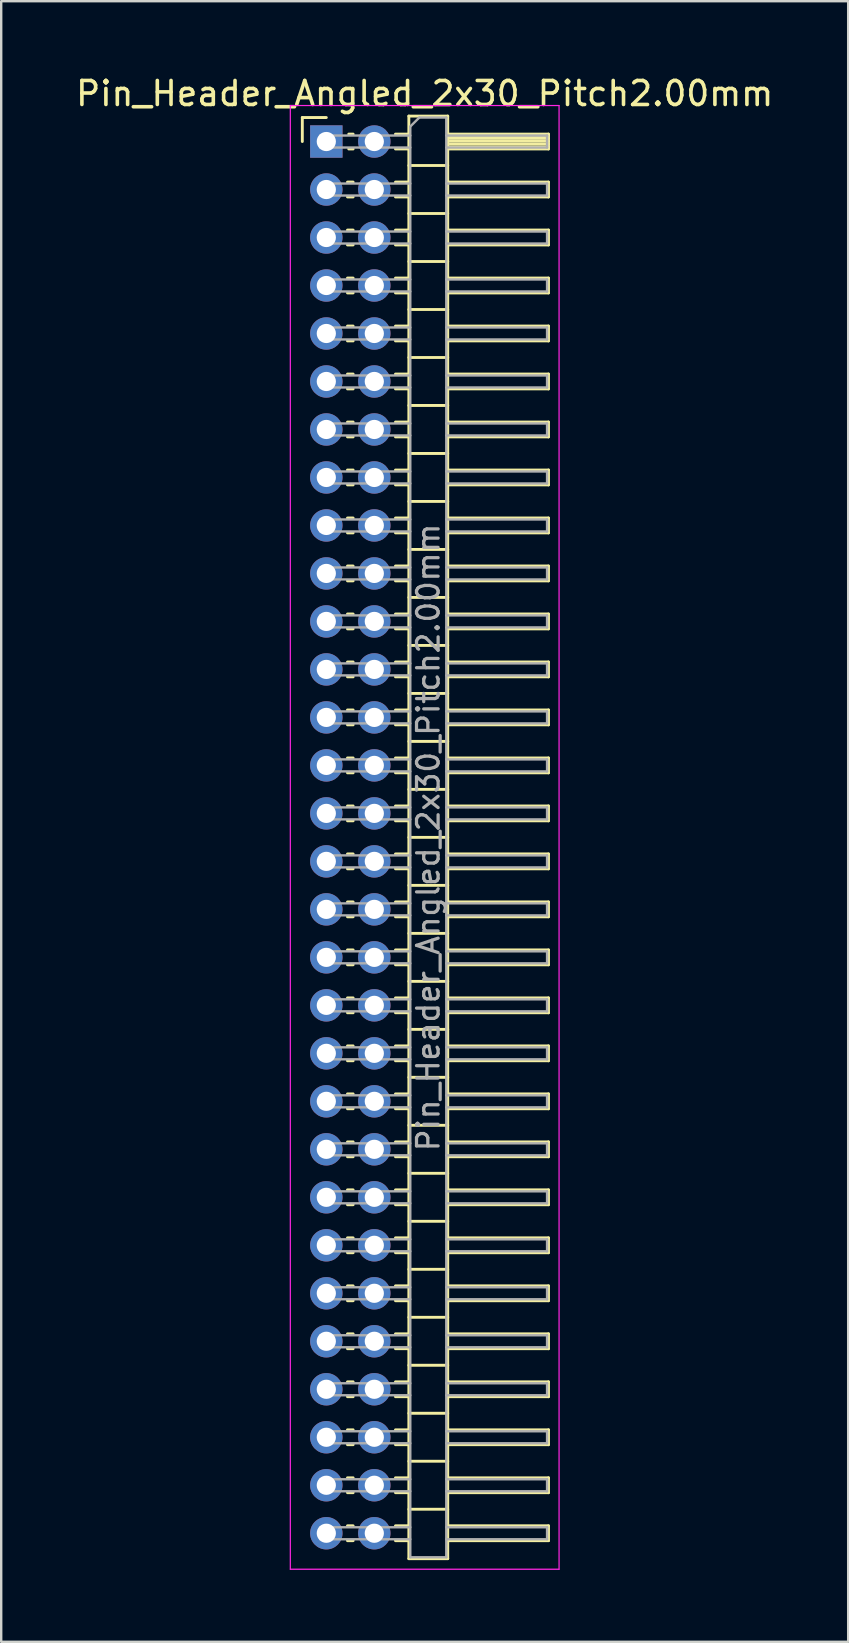
<source format=kicad_pcb>
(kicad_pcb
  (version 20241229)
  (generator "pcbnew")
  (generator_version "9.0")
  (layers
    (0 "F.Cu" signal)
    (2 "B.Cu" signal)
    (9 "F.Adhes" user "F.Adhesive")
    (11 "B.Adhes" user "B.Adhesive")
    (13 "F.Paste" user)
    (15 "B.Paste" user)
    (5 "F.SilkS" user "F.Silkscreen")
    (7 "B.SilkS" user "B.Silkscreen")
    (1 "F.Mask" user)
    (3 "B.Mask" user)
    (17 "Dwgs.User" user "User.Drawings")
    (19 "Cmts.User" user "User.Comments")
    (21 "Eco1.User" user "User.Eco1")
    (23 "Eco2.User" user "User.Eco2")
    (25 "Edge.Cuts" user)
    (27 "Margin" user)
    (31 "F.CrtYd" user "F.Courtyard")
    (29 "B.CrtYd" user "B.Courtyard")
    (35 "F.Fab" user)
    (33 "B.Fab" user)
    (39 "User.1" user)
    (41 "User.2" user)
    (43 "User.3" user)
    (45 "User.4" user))
  (footprint "Pin_Header_Angled_2x30_Pitch2.00mm"
    (layer "F.Cu")
    (at 10.549 2.848)
    (property "Reference" "Pin_Header_Angled_2x30_Pitch2.00mm" (at 4.1 -2 0) (layer "F.SilkS") (effects (font (size 1 1) (thickness 0.15))))
    (attr through_hole)
    (fp_line (start -1 -1) (end 0 -1) (stroke (width 0.12) (type solid)) (layer "F.SilkS"))
    (fp_line (start -1 0) (end -1 -1) (stroke (width 0.12) (type solid)) (layer "F.SilkS"))
    (fp_line (start 0.882 1.69) (end 1.118 1.69) (stroke (width 0.12) (type solid)) (layer "F.SilkS"))
    (fp_line (start 0.882 2.31) (end 1.118 2.31) (stroke (width 0.12) (type solid)) (layer "F.SilkS"))
    (fp_line (start 0.882 3.69) (end 1.118 3.69) (stroke (width 0.12) (type solid)) (layer "F.SilkS"))
    (fp_line (start 0.882 4.31) (end 1.118 4.31) (stroke (width 0.12) (type solid)) (layer "F.SilkS"))
    (fp_line (start 0.882 5.69) (end 1.118 5.69) (stroke (width 0.12) (type solid)) (layer "F.SilkS"))
    (fp_line (start 0.882 6.31) (end 1.118 6.31) (stroke (width 0.12) (type solid)) (layer "F.SilkS"))
    (fp_line (start 0.882 7.69) (end 1.118 7.69) (stroke (width 0.12) (type solid)) (layer "F.SilkS"))
    (fp_line (start 0.882 8.31) (end 1.118 8.31) (stroke (width 0.12) (type solid)) (layer "F.SilkS"))
    (fp_line (start 0.882 9.69) (end 1.118 9.69) (stroke (width 0.12) (type solid)) (layer "F.SilkS"))
    (fp_line (start 0.882 10.31) (end 1.118 10.31) (stroke (width 0.12) (type solid)) (layer "F.SilkS"))
    (fp_line (start 0.882 11.69) (end 1.118 11.69) (stroke (width 0.12) (type solid)) (layer "F.SilkS"))
    (fp_line (start 0.882 12.31) (end 1.118 12.31) (stroke (width 0.12) (type solid)) (layer "F.SilkS"))
    (fp_line (start 0.882 13.69) (end 1.118 13.69) (stroke (width 0.12) (type solid)) (layer "F.SilkS"))
    (fp_line (start 0.882 14.31) (end 1.118 14.31) (stroke (width 0.12) (type solid)) (layer "F.SilkS"))
    (fp_line (start 0.882 15.69) (end 1.118 15.69) (stroke (width 0.12) (type solid)) (layer "F.SilkS"))
    (fp_line (start 0.882 16.31) (end 1.118 16.31) (stroke (width 0.12) (type solid)) (layer "F.SilkS"))
    (fp_line (start 0.882 17.69) (end 1.118 17.69) (stroke (width 0.12) (type solid)) (layer "F.SilkS"))
    (fp_line (start 0.882 18.31) (end 1.118 18.31) (stroke (width 0.12) (type solid)) (layer "F.SilkS"))
    (fp_line (start 0.882 19.69) (end 1.118 19.69) (stroke (width 0.12) (type solid)) (layer "F.SilkS"))
    (fp_line (start 0.882 20.31) (end 1.118 20.31) (stroke (width 0.12) (type solid)) (layer "F.SilkS"))
    (fp_line (start 0.882 21.69) (end 1.118 21.69) (stroke (width 0.12) (type solid)) (layer "F.SilkS"))
    (fp_line (start 0.882 22.31) (end 1.118 22.31) (stroke (width 0.12) (type solid)) (layer "F.SilkS"))
    (fp_line (start 0.882 23.69) (end 1.118 23.69) (stroke (width 0.12) (type solid)) (layer "F.SilkS"))
    (fp_line (start 0.882 24.31) (end 1.118 24.31) (stroke (width 0.12) (type solid)) (layer "F.SilkS"))
    (fp_line (start 0.882 25.69) (end 1.118 25.69) (stroke (width 0.12) (type solid)) (layer "F.SilkS"))
    (fp_line (start 0.882 26.31) (end 1.118 26.31) (stroke (width 0.12) (type solid)) (layer "F.SilkS"))
    (fp_line (start 0.882 27.69) (end 1.118 27.69) (stroke (width 0.12) (type solid)) (layer "F.SilkS"))
    (fp_line (start 0.882 28.31) (end 1.118 28.31) (stroke (width 0.12) (type solid)) (layer "F.SilkS"))
    (fp_line (start 0.882 29.69) (end 1.118 29.69) (stroke (width 0.12) (type solid)) (layer "F.SilkS"))
    (fp_line (start 0.882 30.31) (end 1.118 30.31) (stroke (width 0.12) (type solid)) (layer "F.SilkS"))
    (fp_line (start 0.882 31.69) (end 1.118 31.69) (stroke (width 0.12) (type solid)) (layer "F.SilkS"))
    (fp_line (start 0.882 32.31) (end 1.118 32.31) (stroke (width 0.12) (type solid)) (layer "F.SilkS"))
    (fp_line (start 0.882 33.69) (end 1.118 33.69) (stroke (width 0.12) (type solid)) (layer "F.SilkS"))
    (fp_line (start 0.882 34.31) (end 1.118 34.31) (stroke (width 0.12) (type solid)) (layer "F.SilkS"))
    (fp_line (start 0.882 35.69) (end 1.118 35.69) (stroke (width 0.12) (type solid)) (layer "F.SilkS"))
    (fp_line (start 0.882 36.31) (end 1.118 36.31) (stroke (width 0.12) (type solid)) (layer "F.SilkS"))
    (fp_line (start 0.882 37.69) (end 1.118 37.69) (stroke (width 0.12) (type solid)) (layer "F.SilkS"))
    (fp_line (start 0.882 38.31) (end 1.118 38.31) (stroke (width 0.12) (type solid)) (layer "F.SilkS"))
    (fp_line (start 0.882 39.69) (end 1.118 39.69) (stroke (width 0.12) (type solid)) (layer "F.SilkS"))
    (fp_line (start 0.882 40.31) (end 1.118 40.31) (stroke (width 0.12) (type solid)) (layer "F.SilkS"))
    (fp_line (start 0.882 41.69) (end 1.118 41.69) (stroke (width 0.12) (type solid)) (layer "F.SilkS"))
    (fp_line (start 0.882 42.31) (end 1.118 42.31) (stroke (width 0.12) (type solid)) (layer "F.SilkS"))
    (fp_line (start 0.882 43.69) (end 1.118 43.69) (stroke (width 0.12) (type solid)) (layer "F.SilkS"))
    (fp_line (start 0.882 44.31) (end 1.118 44.31) (stroke (width 0.12) (type solid)) (layer "F.SilkS"))
    (fp_line (start 0.882 45.69) (end 1.118 45.69) (stroke (width 0.12) (type solid)) (layer "F.SilkS"))
    (fp_line (start 0.882 46.31) (end 1.118 46.31) (stroke (width 0.12) (type solid)) (layer "F.SilkS"))
    (fp_line (start 0.882 47.69) (end 1.118 47.69) (stroke (width 0.12) (type solid)) (layer "F.SilkS"))
    (fp_line (start 0.882 48.31) (end 1.118 48.31) (stroke (width 0.12) (type solid)) (layer "F.SilkS"))
    (fp_line (start 0.882 49.69) (end 1.118 49.69) (stroke (width 0.12) (type solid)) (layer "F.SilkS"))
    (fp_line (start 0.882 50.31) (end 1.118 50.31) (stroke (width 0.12) (type solid)) (layer "F.SilkS"))
    (fp_line (start 0.882 51.69) (end 1.118 51.69) (stroke (width 0.12) (type solid)) (layer "F.SilkS"))
    (fp_line (start 0.882 52.31) (end 1.118 52.31) (stroke (width 0.12) (type solid)) (layer "F.SilkS"))
    (fp_line (start 0.882 53.69) (end 1.118 53.69) (stroke (width 0.12) (type solid)) (layer "F.SilkS"))
    (fp_line (start 0.882 54.31) (end 1.118 54.31) (stroke (width 0.12) (type solid)) (layer "F.SilkS"))
    (fp_line (start 0.882 55.69) (end 1.118 55.69) (stroke (width 0.12) (type solid)) (layer "F.SilkS"))
    (fp_line (start 0.882 56.31) (end 1.118 56.31) (stroke (width 0.12) (type solid)) (layer "F.SilkS"))
    (fp_line (start 0.882 57.69) (end 1.118 57.69) (stroke (width 0.12) (type solid)) (layer "F.SilkS"))
    (fp_line (start 0.882 58.31) (end 1.118 58.31) (stroke (width 0.12) (type solid)) (layer "F.SilkS"))
    (fp_line (start 0.935 -0.31) (end 1.118 -0.31) (stroke (width 0.12) (type solid)) (layer "F.SilkS"))
    (fp_line (start 0.935 0.31) (end 1.118 0.31) (stroke (width 0.12) (type solid)) (layer "F.SilkS"))
    (fp_line (start 2.882 -0.31) (end 3.44 -0.31) (stroke (width 0.12) (type solid)) (layer "F.SilkS"))
    (fp_line (start 2.882 0.31) (end 3.44 0.31) (stroke (width 0.12) (type solid)) (layer "F.SilkS"))
    (fp_line (start 2.882 1.69) (end 3.44 1.69) (stroke (width 0.12) (type solid)) (layer "F.SilkS"))
    (fp_line (start 2.882 2.31) (end 3.44 2.31) (stroke (width 0.12) (type solid)) (layer "F.SilkS"))
    (fp_line (start 2.882 3.69) (end 3.44 3.69) (stroke (width 0.12) (type solid)) (layer "F.SilkS"))
    (fp_line (start 2.882 4.31) (end 3.44 4.31) (stroke (width 0.12) (type solid)) (layer "F.SilkS"))
    (fp_line (start 2.882 5.69) (end 3.44 5.69) (stroke (width 0.12) (type solid)) (layer "F.SilkS"))
    (fp_line (start 2.882 6.31) (end 3.44 6.31) (stroke (width 0.12) (type solid)) (layer "F.SilkS"))
    (fp_line (start 2.882 7.69) (end 3.44 7.69) (stroke (width 0.12) (type solid)) (layer "F.SilkS"))
    (fp_line (start 2.882 8.31) (end 3.44 8.31) (stroke (width 0.12) (type solid)) (layer "F.SilkS"))
    (fp_line (start 2.882 9.69) (end 3.44 9.69) (stroke (width 0.12) (type solid)) (layer "F.SilkS"))
    (fp_line (start 2.882 10.31) (end 3.44 10.31) (stroke (width 0.12) (type solid)) (layer "F.SilkS"))
    (fp_line (start 2.882 11.69) (end 3.44 11.69) (stroke (width 0.12) (type solid)) (layer "F.SilkS"))
    (fp_line (start 2.882 12.31) (end 3.44 12.31) (stroke (width 0.12) (type solid)) (layer "F.SilkS"))
    (fp_line (start 2.882 13.69) (end 3.44 13.69) (stroke (width 0.12) (type solid)) (layer "F.SilkS"))
    (fp_line (start 2.882 14.31) (end 3.44 14.31) (stroke (width 0.12) (type solid)) (layer "F.SilkS"))
    (fp_line (start 2.882 15.69) (end 3.44 15.69) (stroke (width 0.12) (type solid)) (layer "F.SilkS"))
    (fp_line (start 2.882 16.31) (end 3.44 16.31) (stroke (width 0.12) (type solid)) (layer "F.SilkS"))
    (fp_line (start 2.882 17.69) (end 3.44 17.69) (stroke (width 0.12) (type solid)) (layer "F.SilkS"))
    (fp_line (start 2.882 18.31) (end 3.44 18.31) (stroke (width 0.12) (type solid)) (layer "F.SilkS"))
    (fp_line (start 2.882 19.69) (end 3.44 19.69) (stroke (width 0.12) (type solid)) (layer "F.SilkS"))
    (fp_line (start 2.882 20.31) (end 3.44 20.31) (stroke (width 0.12) (type solid)) (layer "F.SilkS"))
    (fp_line (start 2.882 21.69) (end 3.44 21.69) (stroke (width 0.12) (type solid)) (layer "F.SilkS"))
    (fp_line (start 2.882 22.31) (end 3.44 22.31) (stroke (width 0.12) (type solid)) (layer "F.SilkS"))
    (fp_line (start 2.882 23.69) (end 3.44 23.69) (stroke (width 0.12) (type solid)) (layer "F.SilkS"))
    (fp_line (start 2.882 24.31) (end 3.44 24.31) (stroke (width 0.12) (type solid)) (layer "F.SilkS"))
    (fp_line (start 2.882 25.69) (end 3.44 25.69) (stroke (width 0.12) (type solid)) (layer "F.SilkS"))
    (fp_line (start 2.882 26.31) (end 3.44 26.31) (stroke (width 0.12) (type solid)) (layer "F.SilkS"))
    (fp_line (start 2.882 27.69) (end 3.44 27.69) (stroke (width 0.12) (type solid)) (layer "F.SilkS"))
    (fp_line (start 2.882 28.31) (end 3.44 28.31) (stroke (width 0.12) (type solid)) (layer "F.SilkS"))
    (fp_line (start 2.882 29.69) (end 3.44 29.69) (stroke (width 0.12) (type solid)) (layer "F.SilkS"))
    (fp_line (start 2.882 30.31) (end 3.44 30.31) (stroke (width 0.12) (type solid)) (layer "F.SilkS"))
    (fp_line (start 2.882 31.69) (end 3.44 31.69) (stroke (width 0.12) (type solid)) (layer "F.SilkS"))
    (fp_line (start 2.882 32.31) (end 3.44 32.31) (stroke (width 0.12) (type solid)) (layer "F.SilkS"))
    (fp_line (start 2.882 33.69) (end 3.44 33.69) (stroke (width 0.12) (type solid)) (layer "F.SilkS"))
    (fp_line (start 2.882 34.31) (end 3.44 34.31) (stroke (width 0.12) (type solid)) (layer "F.SilkS"))
    (fp_line (start 2.882 35.69) (end 3.44 35.69) (stroke (width 0.12) (type solid)) (layer "F.SilkS"))
    (fp_line (start 2.882 36.31) (end 3.44 36.31) (stroke (width 0.12) (type solid)) (layer "F.SilkS"))
    (fp_line (start 2.882 37.69) (end 3.44 37.69) (stroke (width 0.12) (type solid)) (layer "F.SilkS"))
    (fp_line (start 2.882 38.31) (end 3.44 38.31) (stroke (width 0.12) (type solid)) (layer "F.SilkS"))
    (fp_line (start 2.882 39.69) (end 3.44 39.69) (stroke (width 0.12) (type solid)) (layer "F.SilkS"))
    (fp_line (start 2.882 40.31) (end 3.44 40.31) (stroke (width 0.12) (type solid)) (layer "F.SilkS"))
    (fp_line (start 2.882 41.69) (end 3.44 41.69) (stroke (width 0.12) (type solid)) (layer "F.SilkS"))
    (fp_line (start 2.882 42.31) (end 3.44 42.31) (stroke (width 0.12) (type solid)) (layer "F.SilkS"))
    (fp_line (start 2.882 43.69) (end 3.44 43.69) (stroke (width 0.12) (type solid)) (layer "F.SilkS"))
    (fp_line (start 2.882 44.31) (end 3.44 44.31) (stroke (width 0.12) (type solid)) (layer "F.SilkS"))
    (fp_line (start 2.882 45.69) (end 3.44 45.69) (stroke (width 0.12) (type solid)) (layer "F.SilkS"))
    (fp_line (start 2.882 46.31) (end 3.44 46.31) (stroke (width 0.12) (type solid)) (layer "F.SilkS"))
    (fp_line (start 2.882 47.69) (end 3.44 47.69) (stroke (width 0.12) (type solid)) (layer "F.SilkS"))
    (fp_line (start 2.882 48.31) (end 3.44 48.31) (stroke (width 0.12) (type solid)) (layer "F.SilkS"))
    (fp_line (start 2.882 49.69) (end 3.44 49.69) (stroke (width 0.12) (type solid)) (layer "F.SilkS"))
    (fp_line (start 2.882 50.31) (end 3.44 50.31) (stroke (width 0.12) (type solid)) (layer "F.SilkS"))
    (fp_line (start 2.882 51.69) (end 3.44 51.69) (stroke (width 0.12) (type solid)) (layer "F.SilkS"))
    (fp_line (start 2.882 52.31) (end 3.44 52.31) (stroke (width 0.12) (type solid)) (layer "F.SilkS"))
    (fp_line (start 2.882 53.69) (end 3.44 53.69) (stroke (width 0.12) (type solid)) (layer "F.SilkS"))
    (fp_line (start 2.882 54.31) (end 3.44 54.31) (stroke (width 0.12) (type solid)) (layer "F.SilkS"))
    (fp_line (start 2.882 55.69) (end 3.44 55.69) (stroke (width 0.12) (type solid)) (layer "F.SilkS"))
    (fp_line (start 2.882 56.31) (end 3.44 56.31) (stroke (width 0.12) (type solid)) (layer "F.SilkS"))
    (fp_line (start 2.882 57.69) (end 3.44 57.69) (stroke (width 0.12) (type solid)) (layer "F.SilkS"))
    (fp_line (start 2.882 58.31) (end 3.44 58.31) (stroke (width 0.12) (type solid)) (layer "F.SilkS"))
    (fp_line (start 3.44 -1.06) (end 3.44 59.06) (stroke (width 0.12) (type solid)) (layer "F.SilkS"))
    (fp_line (start 3.44 1) (end 5.06 1) (stroke (width 0.12) (type solid)) (layer "F.SilkS"))
    (fp_line (start 3.44 3) (end 5.06 3) (stroke (width 0.12) (type solid)) (layer "F.SilkS"))
    (fp_line (start 3.44 5) (end 5.06 5) (stroke (width 0.12) (type solid)) (layer "F.SilkS"))
    (fp_line (start 3.44 7) (end 5.06 7) (stroke (width 0.12) (type solid)) (layer "F.SilkS"))
    (fp_line (start 3.44 9) (end 5.06 9) (stroke (width 0.12) (type solid)) (layer "F.SilkS"))
    (fp_line (start 3.44 11) (end 5.06 11) (stroke (width 0.12) (type solid)) (layer "F.SilkS"))
    (fp_line (start 3.44 13) (end 5.06 13) (stroke (width 0.12) (type solid)) (layer "F.SilkS"))
    (fp_line (start 3.44 15) (end 5.06 15) (stroke (width 0.12) (type solid)) (layer "F.SilkS"))
    (fp_line (start 3.44 17) (end 5.06 17) (stroke (width 0.12) (type solid)) (layer "F.SilkS"))
    (fp_line (start 3.44 19) (end 5.06 19) (stroke (width 0.12) (type solid)) (layer "F.SilkS"))
    (fp_line (start 3.44 21) (end 5.06 21) (stroke (width 0.12) (type solid)) (layer "F.SilkS"))
    (fp_line (start 3.44 23) (end 5.06 23) (stroke (width 0.12) (type solid)) (layer "F.SilkS"))
    (fp_line (start 3.44 25) (end 5.06 25) (stroke (width 0.12) (type solid)) (layer "F.SilkS"))
    (fp_line (start 3.44 27) (end 5.06 27) (stroke (width 0.12) (type solid)) (layer "F.SilkS"))
    (fp_line (start 3.44 29) (end 5.06 29) (stroke (width 0.12) (type solid)) (layer "F.SilkS"))
    (fp_line (start 3.44 31) (end 5.06 31) (stroke (width 0.12) (type solid)) (layer "F.SilkS"))
    (fp_line (start 3.44 33) (end 5.06 33) (stroke (width 0.12) (type solid)) (layer "F.SilkS"))
    (fp_line (start 3.44 35) (end 5.06 35) (stroke (width 0.12) (type solid)) (layer "F.SilkS"))
    (fp_line (start 3.44 37) (end 5.06 37) (stroke (width 0.12) (type solid)) (layer "F.SilkS"))
    (fp_line (start 3.44 39) (end 5.06 39) (stroke (width 0.12) (type solid)) (layer "F.SilkS"))
    (fp_line (start 3.44 41) (end 5.06 41) (stroke (width 0.12) (type solid)) (layer "F.SilkS"))
    (fp_line (start 3.44 43) (end 5.06 43) (stroke (width 0.12) (type solid)) (layer "F.SilkS"))
    (fp_line (start 3.44 45) (end 5.06 45) (stroke (width 0.12) (type solid)) (layer "F.SilkS"))
    (fp_line (start 3.44 47) (end 5.06 47) (stroke (width 0.12) (type solid)) (layer "F.SilkS"))
    (fp_line (start 3.44 49) (end 5.06 49) (stroke (width 0.12) (type solid)) (layer "F.SilkS"))
    (fp_line (start 3.44 51) (end 5.06 51) (stroke (width 0.12) (type solid)) (layer "F.SilkS"))
    (fp_line (start 3.44 53) (end 5.06 53) (stroke (width 0.12) (type solid)) (layer "F.SilkS"))
    (fp_line (start 3.44 55) (end 5.06 55) (stroke (width 0.12) (type solid)) (layer "F.SilkS"))
    (fp_line (start 3.44 57) (end 5.06 57) (stroke (width 0.12) (type solid)) (layer "F.SilkS"))
    (fp_line (start 3.44 59.06) (end 5.06 59.06) (stroke (width 0.12) (type solid)) (layer "F.SilkS"))
    (fp_line (start 5.06 -1.06) (end 3.44 -1.06) (stroke (width 0.12) (type solid)) (layer "F.SilkS"))
    (fp_line (start 5.06 -0.31) (end 9.26 -0.31) (stroke (width 0.12) (type solid)) (layer "F.SilkS"))
    (fp_line (start 5.06 -0.25) (end 9.26 -0.25) (stroke (width 0.12) (type solid)) (layer "F.SilkS"))
    (fp_line (start 5.06 -0.13) (end 9.26 -0.13) (stroke (width 0.12) (type solid)) (layer "F.SilkS"))
    (fp_line (start 5.06 -0.01) (end 9.26 -0.01) (stroke (width 0.12) (type solid)) (layer "F.SilkS"))
    (fp_line (start 5.06 0.11) (end 9.26 0.11) (stroke (width 0.12) (type solid)) (layer "F.SilkS"))
    (fp_line (start 5.06 0.23) (end 9.26 0.23) (stroke (width 0.12) (type solid)) (layer "F.SilkS"))
    (fp_line (start 5.06 1.69) (end 9.26 1.69) (stroke (width 0.12) (type solid)) (layer "F.SilkS"))
    (fp_line (start 5.06 3.69) (end 9.26 3.69) (stroke (width 0.12) (type solid)) (layer "F.SilkS"))
    (fp_line (start 5.06 5.69) (end 9.26 5.69) (stroke (width 0.12) (type solid)) (layer "F.SilkS"))
    (fp_line (start 5.06 7.69) (end 9.26 7.69) (stroke (width 0.12) (type solid)) (layer "F.SilkS"))
    (fp_line (start 5.06 9.69) (end 9.26 9.69) (stroke (width 0.12) (type solid)) (layer "F.SilkS"))
    (fp_line (start 5.06 11.69) (end 9.26 11.69) (stroke (width 0.12) (type solid)) (layer "F.SilkS"))
    (fp_line (start 5.06 13.69) (end 9.26 13.69) (stroke (width 0.12) (type solid)) (layer "F.SilkS"))
    (fp_line (start 5.06 15.69) (end 9.26 15.69) (stroke (width 0.12) (type solid)) (layer "F.SilkS"))
    (fp_line (start 5.06 17.69) (end 9.26 17.69) (stroke (width 0.12) (type solid)) (layer "F.SilkS"))
    (fp_line (start 5.06 19.69) (end 9.26 19.69) (stroke (width 0.12) (type solid)) (layer "F.SilkS"))
    (fp_line (start 5.06 21.69) (end 9.26 21.69) (stroke (width 0.12) (type solid)) (layer "F.SilkS"))
    (fp_line (start 5.06 23.69) (end 9.26 23.69) (stroke (width 0.12) (type solid)) (layer "F.SilkS"))
    (fp_line (start 5.06 25.69) (end 9.26 25.69) (stroke (width 0.12) (type solid)) (layer "F.SilkS"))
    (fp_line (start 5.06 27.69) (end 9.26 27.69) (stroke (width 0.12) (type solid)) (layer "F.SilkS"))
    (fp_line (start 5.06 29.69) (end 9.26 29.69) (stroke (width 0.12) (type solid)) (layer "F.SilkS"))
    (fp_line (start 5.06 31.69) (end 9.26 31.69) (stroke (width 0.12) (type solid)) (layer "F.SilkS"))
    (fp_line (start 5.06 33.69) (end 9.26 33.69) (stroke (width 0.12) (type solid)) (layer "F.SilkS"))
    (fp_line (start 5.06 35.69) (end 9.26 35.69) (stroke (width 0.12) (type solid)) (layer "F.SilkS"))
    (fp_line (start 5.06 37.69) (end 9.26 37.69) (stroke (width 0.12) (type solid)) (layer "F.SilkS"))
    (fp_line (start 5.06 39.69) (end 9.26 39.69) (stroke (width 0.12) (type solid)) (layer "F.SilkS"))
    (fp_line (start 5.06 41.69) (end 9.26 41.69) (stroke (width 0.12) (type solid)) (layer "F.SilkS"))
    (fp_line (start 5.06 43.69) (end 9.26 43.69) (stroke (width 0.12) (type solid)) (layer "F.SilkS"))
    (fp_line (start 5.06 45.69) (end 9.26 45.69) (stroke (width 0.12) (type solid)) (layer "F.SilkS"))
    (fp_line (start 5.06 47.69) (end 9.26 47.69) (stroke (width 0.12) (type solid)) (layer "F.SilkS"))
    (fp_line (start 5.06 49.69) (end 9.26 49.69) (stroke (width 0.12) (type solid)) (layer "F.SilkS"))
    (fp_line (start 5.06 51.69) (end 9.26 51.69) (stroke (width 0.12) (type solid)) (layer "F.SilkS"))
    (fp_line (start 5.06 53.69) (end 9.26 53.69) (stroke (width 0.12) (type solid)) (layer "F.SilkS"))
    (fp_line (start 5.06 55.69) (end 9.26 55.69) (stroke (width 0.12) (type solid)) (layer "F.SilkS"))
    (fp_line (start 5.06 57.69) (end 9.26 57.69) (stroke (width 0.12) (type solid)) (layer "F.SilkS"))
    (fp_line (start 5.06 59.06) (end 5.06 -1.06) (stroke (width 0.12) (type solid)) (layer "F.SilkS"))
    (fp_line (start 9.26 -0.31) (end 9.26 0.31) (stroke (width 0.12) (type solid)) (layer "F.SilkS"))
    (fp_line (start 9.26 0.31) (end 5.06 0.31) (stroke (width 0.12) (type solid)) (layer "F.SilkS"))
    (fp_line (start 9.26 1.69) (end 9.26 2.31) (stroke (width 0.12) (type solid)) (layer "F.SilkS"))
    (fp_line (start 9.26 2.31) (end 5.06 2.31) (stroke (width 0.12) (type solid)) (layer "F.SilkS"))
    (fp_line (start 9.26 3.69) (end 9.26 4.31) (stroke (width 0.12) (type solid)) (layer "F.SilkS"))
    (fp_line (start 9.26 4.31) (end 5.06 4.31) (stroke (width 0.12) (type solid)) (layer "F.SilkS"))
    (fp_line (start 9.26 5.69) (end 9.26 6.31) (stroke (width 0.12) (type solid)) (layer "F.SilkS"))
    (fp_line (start 9.26 6.31) (end 5.06 6.31) (stroke (width 0.12) (type solid)) (layer "F.SilkS"))
    (fp_line (start 9.26 7.69) (end 9.26 8.31) (stroke (width 0.12) (type solid)) (layer "F.SilkS"))
    (fp_line (start 9.26 8.31) (end 5.06 8.31) (stroke (width 0.12) (type solid)) (layer "F.SilkS"))
    (fp_line (start 9.26 9.69) (end 9.26 10.31) (stroke (width 0.12) (type solid)) (layer "F.SilkS"))
    (fp_line (start 9.26 10.31) (end 5.06 10.31) (stroke (width 0.12) (type solid)) (layer "F.SilkS"))
    (fp_line (start 9.26 11.69) (end 9.26 12.31) (stroke (width 0.12) (type solid)) (layer "F.SilkS"))
    (fp_line (start 9.26 12.31) (end 5.06 12.31) (stroke (width 0.12) (type solid)) (layer "F.SilkS"))
    (fp_line (start 9.26 13.69) (end 9.26 14.31) (stroke (width 0.12) (type solid)) (layer "F.SilkS"))
    (fp_line (start 9.26 14.31) (end 5.06 14.31) (stroke (width 0.12) (type solid)) (layer "F.SilkS"))
    (fp_line (start 9.26 15.69) (end 9.26 16.31) (stroke (width 0.12) (type solid)) (layer "F.SilkS"))
    (fp_line (start 9.26 16.31) (end 5.06 16.31) (stroke (width 0.12) (type solid)) (layer "F.SilkS"))
    (fp_line (start 9.26 17.69) (end 9.26 18.31) (stroke (width 0.12) (type solid)) (layer "F.SilkS"))
    (fp_line (start 9.26 18.31) (end 5.06 18.31) (stroke (width 0.12) (type solid)) (layer "F.SilkS"))
    (fp_line (start 9.26 19.69) (end 9.26 20.31) (stroke (width 0.12) (type solid)) (layer "F.SilkS"))
    (fp_line (start 9.26 20.31) (end 5.06 20.31) (stroke (width 0.12) (type solid)) (layer "F.SilkS"))
    (fp_line (start 9.26 21.69) (end 9.26 22.31) (stroke (width 0.12) (type solid)) (layer "F.SilkS"))
    (fp_line (start 9.26 22.31) (end 5.06 22.31) (stroke (width 0.12) (type solid)) (layer "F.SilkS"))
    (fp_line (start 9.26 23.69) (end 9.26 24.31) (stroke (width 0.12) (type solid)) (layer "F.SilkS"))
    (fp_line (start 9.26 24.31) (end 5.06 24.31) (stroke (width 0.12) (type solid)) (layer "F.SilkS"))
    (fp_line (start 9.26 25.69) (end 9.26 26.31) (stroke (width 0.12) (type solid)) (layer "F.SilkS"))
    (fp_line (start 9.26 26.31) (end 5.06 26.31) (stroke (width 0.12) (type solid)) (layer "F.SilkS"))
    (fp_line (start 9.26 27.69) (end 9.26 28.31) (stroke (width 0.12) (type solid)) (layer "F.SilkS"))
    (fp_line (start 9.26 28.31) (end 5.06 28.31) (stroke (width 0.12) (type solid)) (layer "F.SilkS"))
    (fp_line (start 9.26 29.69) (end 9.26 30.31) (stroke (width 0.12) (type solid)) (layer "F.SilkS"))
    (fp_line (start 9.26 30.31) (end 5.06 30.31) (stroke (width 0.12) (type solid)) (layer "F.SilkS"))
    (fp_line (start 9.26 31.69) (end 9.26 32.31) (stroke (width 0.12) (type solid)) (layer "F.SilkS"))
    (fp_line (start 9.26 32.31) (end 5.06 32.31) (stroke (width 0.12) (type solid)) (layer "F.SilkS"))
    (fp_line (start 9.26 33.69) (end 9.26 34.31) (stroke (width 0.12) (type solid)) (layer "F.SilkS"))
    (fp_line (start 9.26 34.31) (end 5.06 34.31) (stroke (width 0.12) (type solid)) (layer "F.SilkS"))
    (fp_line (start 9.26 35.69) (end 9.26 36.31) (stroke (width 0.12) (type solid)) (layer "F.SilkS"))
    (fp_line (start 9.26 36.31) (end 5.06 36.31) (stroke (width 0.12) (type solid)) (layer "F.SilkS"))
    (fp_line (start 9.26 37.69) (end 9.26 38.31) (stroke (width 0.12) (type solid)) (layer "F.SilkS"))
    (fp_line (start 9.26 38.31) (end 5.06 38.31) (stroke (width 0.12) (type solid)) (layer "F.SilkS"))
    (fp_line (start 9.26 39.69) (end 9.26 40.31) (stroke (width 0.12) (type solid)) (layer "F.SilkS"))
    (fp_line (start 9.26 40.31) (end 5.06 40.31) (stroke (width 0.12) (type solid)) (layer "F.SilkS"))
    (fp_line (start 9.26 41.69) (end 9.26 42.31) (stroke (width 0.12) (type solid)) (layer "F.SilkS"))
    (fp_line (start 9.26 42.31) (end 5.06 42.31) (stroke (width 0.12) (type solid)) (layer "F.SilkS"))
    (fp_line (start 9.26 43.69) (end 9.26 44.31) (stroke (width 0.12) (type solid)) (layer "F.SilkS"))
    (fp_line (start 9.26 44.31) (end 5.06 44.31) (stroke (width 0.12) (type solid)) (layer "F.SilkS"))
    (fp_line (start 9.26 45.69) (end 9.26 46.31) (stroke (width 0.12) (type solid)) (layer "F.SilkS"))
    (fp_line (start 9.26 46.31) (end 5.06 46.31) (stroke (width 0.12) (type solid)) (layer "F.SilkS"))
    (fp_line (start 9.26 47.69) (end 9.26 48.31) (stroke (width 0.12) (type solid)) (layer "F.SilkS"))
    (fp_line (start 9.26 48.31) (end 5.06 48.31) (stroke (width 0.12) (type solid)) (layer "F.SilkS"))
    (fp_line (start 9.26 49.69) (end 9.26 50.31) (stroke (width 0.12) (type solid)) (layer "F.SilkS"))
    (fp_line (start 9.26 50.31) (end 5.06 50.31) (stroke (width 0.12) (type solid)) (layer "F.SilkS"))
    (fp_line (start 9.26 51.69) (end 9.26 52.31) (stroke (width 0.12) (type solid)) (layer "F.SilkS"))
    (fp_line (start 9.26 52.31) (end 5.06 52.31) (stroke (width 0.12) (type solid)) (layer "F.SilkS"))
    (fp_line (start 9.26 53.69) (end 9.26 54.31) (stroke (width 0.12) (type solid)) (layer "F.SilkS"))
    (fp_line (start 9.26 54.31) (end 5.06 54.31) (stroke (width 0.12) (type solid)) (layer "F.SilkS"))
    (fp_line (start 9.26 55.69) (end 9.26 56.31) (stroke (width 0.12) (type solid)) (layer "F.SilkS"))
    (fp_line (start 9.26 56.31) (end 5.06 56.31) (stroke (width 0.12) (type solid)) (layer "F.SilkS"))
    (fp_line (start 9.26 57.69) (end 9.26 58.31) (stroke (width 0.12) (type solid)) (layer "F.SilkS"))
    (fp_line (start 9.26 58.31) (end 5.06 58.31) (stroke (width 0.12) (type solid)) (layer "F.SilkS"))
    (fp_line (start -1.5 -1.5) (end -1.5 59.5) (stroke (width 0.05) (type solid)) (layer "F.CrtYd"))
    (fp_line (start -1.5 59.5) (end 9.7 59.5) (stroke (width 0.05) (type solid)) (layer "F.CrtYd"))
    (fp_line (start 9.7 -1.5) (end -1.5 -1.5) (stroke (width 0.05) (type solid)) (layer "F.CrtYd"))
    (fp_line (start 9.7 59.5) (end 9.7 -1.5) (stroke (width 0.05) (type solid)) (layer "F.CrtYd"))
    (fp_line (start -0.25 -0.25) (end -0.25 0.25) (stroke (width 0.1) (type solid)) (layer "F.Fab"))
    (fp_line (start -0.25 -0.25) (end 3.5 -0.25) (stroke (width 0.1) (type solid)) (layer "F.Fab"))
    (fp_line (start -0.25 0.25) (end 3.5 0.25) (stroke (width 0.1) (type solid)) (layer "F.Fab"))
    (fp_line (start -0.25 1.75) (end -0.25 2.25) (stroke (width 0.1) (type solid)) (layer "F.Fab"))
    (fp_line (start -0.25 1.75) (end 3.5 1.75) (stroke (width 0.1) (type solid)) (layer "F.Fab"))
    (fp_line (start -0.25 2.25) (end 3.5 2.25) (stroke (width 0.1) (type solid)) (layer "F.Fab"))
    (fp_line (start -0.25 3.75) (end -0.25 4.25) (stroke (width 0.1) (type solid)) (layer "F.Fab"))
    (fp_line (start -0.25 3.75) (end 3.5 3.75) (stroke (width 0.1) (type solid)) (layer "F.Fab"))
    (fp_line (start -0.25 4.25) (end 3.5 4.25) (stroke (width 0.1) (type solid)) (layer "F.Fab"))
    (fp_line (start -0.25 5.75) (end -0.25 6.25) (stroke (width 0.1) (type solid)) (layer "F.Fab"))
    (fp_line (start -0.25 5.75) (end 3.5 5.75) (stroke (width 0.1) (type solid)) (layer "F.Fab"))
    (fp_line (start -0.25 6.25) (end 3.5 6.25) (stroke (width 0.1) (type solid)) (layer "F.Fab"))
    (fp_line (start -0.25 7.75) (end -0.25 8.25) (stroke (width 0.1) (type solid)) (layer "F.Fab"))
    (fp_line (start -0.25 7.75) (end 3.5 7.75) (stroke (width 0.1) (type solid)) (layer "F.Fab"))
    (fp_line (start -0.25 8.25) (end 3.5 8.25) (stroke (width 0.1) (type solid)) (layer "F.Fab"))
    (fp_line (start -0.25 9.75) (end -0.25 10.25) (stroke (width 0.1) (type solid)) (layer "F.Fab"))
    (fp_line (start -0.25 9.75) (end 3.5 9.75) (stroke (width 0.1) (type solid)) (layer "F.Fab"))
    (fp_line (start -0.25 10.25) (end 3.5 10.25) (stroke (width 0.1) (type solid)) (layer "F.Fab"))
    (fp_line (start -0.25 11.75) (end -0.25 12.25) (stroke (width 0.1) (type solid)) (layer "F.Fab"))
    (fp_line (start -0.25 11.75) (end 3.5 11.75) (stroke (width 0.1) (type solid)) (layer "F.Fab"))
    (fp_line (start -0.25 12.25) (end 3.5 12.25) (stroke (width 0.1) (type solid)) (layer "F.Fab"))
    (fp_line (start -0.25 13.75) (end -0.25 14.25) (stroke (width 0.1) (type solid)) (layer "F.Fab"))
    (fp_line (start -0.25 13.75) (end 3.5 13.75) (stroke (width 0.1) (type solid)) (layer "F.Fab"))
    (fp_line (start -0.25 14.25) (end 3.5 14.25) (stroke (width 0.1) (type solid)) (layer "F.Fab"))
    (fp_line (start -0.25 15.75) (end -0.25 16.25) (stroke (width 0.1) (type solid)) (layer "F.Fab"))
    (fp_line (start -0.25 15.75) (end 3.5 15.75) (stroke (width 0.1) (type solid)) (layer "F.Fab"))
    (fp_line (start -0.25 16.25) (end 3.5 16.25) (stroke (width 0.1) (type solid)) (layer "F.Fab"))
    (fp_line (start -0.25 17.75) (end -0.25 18.25) (stroke (width 0.1) (type solid)) (layer "F.Fab"))
    (fp_line (start -0.25 17.75) (end 3.5 17.75) (stroke (width 0.1) (type solid)) (layer "F.Fab"))
    (fp_line (start -0.25 18.25) (end 3.5 18.25) (stroke (width 0.1) (type solid)) (layer "F.Fab"))
    (fp_line (start -0.25 19.75) (end -0.25 20.25) (stroke (width 0.1) (type solid)) (layer "F.Fab"))
    (fp_line (start -0.25 19.75) (end 3.5 19.75) (stroke (width 0.1) (type solid)) (layer "F.Fab"))
    (fp_line (start -0.25 20.25) (end 3.5 20.25) (stroke (width 0.1) (type solid)) (layer "F.Fab"))
    (fp_line (start -0.25 21.75) (end -0.25 22.25) (stroke (width 0.1) (type solid)) (layer "F.Fab"))
    (fp_line (start -0.25 21.75) (end 3.5 21.75) (stroke (width 0.1) (type solid)) (layer "F.Fab"))
    (fp_line (start -0.25 22.25) (end 3.5 22.25) (stroke (width 0.1) (type solid)) (layer "F.Fab"))
    (fp_line (start -0.25 23.75) (end -0.25 24.25) (stroke (width 0.1) (type solid)) (layer "F.Fab"))
    (fp_line (start -0.25 23.75) (end 3.5 23.75) (stroke (width 0.1) (type solid)) (layer "F.Fab"))
    (fp_line (start -0.25 24.25) (end 3.5 24.25) (stroke (width 0.1) (type solid)) (layer "F.Fab"))
    (fp_line (start -0.25 25.75) (end -0.25 26.25) (stroke (width 0.1) (type solid)) (layer "F.Fab"))
    (fp_line (start -0.25 25.75) (end 3.5 25.75) (stroke (width 0.1) (type solid)) (layer "F.Fab"))
    (fp_line (start -0.25 26.25) (end 3.5 26.25) (stroke (width 0.1) (type solid)) (layer "F.Fab"))
    (fp_line (start -0.25 27.75) (end -0.25 28.25) (stroke (width 0.1) (type solid)) (layer "F.Fab"))
    (fp_line (start -0.25 27.75) (end 3.5 27.75) (stroke (width 0.1) (type solid)) (layer "F.Fab"))
    (fp_line (start -0.25 28.25) (end 3.5 28.25) (stroke (width 0.1) (type solid)) (layer "F.Fab"))
    (fp_line (start -0.25 29.75) (end -0.25 30.25) (stroke (width 0.1) (type solid)) (layer "F.Fab"))
    (fp_line (start -0.25 29.75) (end 3.5 29.75) (stroke (width 0.1) (type solid)) (layer "F.Fab"))
    (fp_line (start -0.25 30.25) (end 3.5 30.25) (stroke (width 0.1) (type solid)) (layer "F.Fab"))
    (fp_line (start -0.25 31.75) (end -0.25 32.25) (stroke (width 0.1) (type solid)) (layer "F.Fab"))
    (fp_line (start -0.25 31.75) (end 3.5 31.75) (stroke (width 0.1) (type solid)) (layer "F.Fab"))
    (fp_line (start -0.25 32.25) (end 3.5 32.25) (stroke (width 0.1) (type solid)) (layer "F.Fab"))
    (fp_line (start -0.25 33.75) (end -0.25 34.25) (stroke (width 0.1) (type solid)) (layer "F.Fab"))
    (fp_line (start -0.25 33.75) (end 3.5 33.75) (stroke (width 0.1) (type solid)) (layer "F.Fab"))
    (fp_line (start -0.25 34.25) (end 3.5 34.25) (stroke (width 0.1) (type solid)) (layer "F.Fab"))
    (fp_line (start -0.25 35.75) (end -0.25 36.25) (stroke (width 0.1) (type solid)) (layer "F.Fab"))
    (fp_line (start -0.25 35.75) (end 3.5 35.75) (stroke (width 0.1) (type solid)) (layer "F.Fab"))
    (fp_line (start -0.25 36.25) (end 3.5 36.25) (stroke (width 0.1) (type solid)) (layer "F.Fab"))
    (fp_line (start -0.25 37.75) (end -0.25 38.25) (stroke (width 0.1) (type solid)) (layer "F.Fab"))
    (fp_line (start -0.25 37.75) (end 3.5 37.75) (stroke (width 0.1) (type solid)) (layer "F.Fab"))
    (fp_line (start -0.25 38.25) (end 3.5 38.25) (stroke (width 0.1) (type solid)) (layer "F.Fab"))
    (fp_line (start -0.25 39.75) (end -0.25 40.25) (stroke (width 0.1) (type solid)) (layer "F.Fab"))
    (fp_line (start -0.25 39.75) (end 3.5 39.75) (stroke (width 0.1) (type solid)) (layer "F.Fab"))
    (fp_line (start -0.25 40.25) (end 3.5 40.25) (stroke (width 0.1) (type solid)) (layer "F.Fab"))
    (fp_line (start -0.25 41.75) (end -0.25 42.25) (stroke (width 0.1) (type solid)) (layer "F.Fab"))
    (fp_line (start -0.25 41.75) (end 3.5 41.75) (stroke (width 0.1) (type solid)) (layer "F.Fab"))
    (fp_line (start -0.25 42.25) (end 3.5 42.25) (stroke (width 0.1) (type solid)) (layer "F.Fab"))
    (fp_line (start -0.25 43.75) (end -0.25 44.25) (stroke (width 0.1) (type solid)) (layer "F.Fab"))
    (fp_line (start -0.25 43.75) (end 3.5 43.75) (stroke (width 0.1) (type solid)) (layer "F.Fab"))
    (fp_line (start -0.25 44.25) (end 3.5 44.25) (stroke (width 0.1) (type solid)) (layer "F.Fab"))
    (fp_line (start -0.25 45.75) (end -0.25 46.25) (stroke (width 0.1) (type solid)) (layer "F.Fab"))
    (fp_line (start -0.25 45.75) (end 3.5 45.75) (stroke (width 0.1) (type solid)) (layer "F.Fab"))
    (fp_line (start -0.25 46.25) (end 3.5 46.25) (stroke (width 0.1) (type solid)) (layer "F.Fab"))
    (fp_line (start -0.25 47.75) (end -0.25 48.25) (stroke (width 0.1) (type solid)) (layer "F.Fab"))
    (fp_line (start -0.25 47.75) (end 3.5 47.75) (stroke (width 0.1) (type solid)) (layer "F.Fab"))
    (fp_line (start -0.25 48.25) (end 3.5 48.25) (stroke (width 0.1) (type solid)) (layer "F.Fab"))
    (fp_line (start -0.25 49.75) (end -0.25 50.25) (stroke (width 0.1) (type solid)) (layer "F.Fab"))
    (fp_line (start -0.25 49.75) (end 3.5 49.75) (stroke (width 0.1) (type solid)) (layer "F.Fab"))
    (fp_line (start -0.25 50.25) (end 3.5 50.25) (stroke (width 0.1) (type solid)) (layer "F.Fab"))
    (fp_line (start -0.25 51.75) (end -0.25 52.25) (stroke (width 0.1) (type solid)) (layer "F.Fab"))
    (fp_line (start -0.25 51.75) (end 3.5 51.75) (stroke (width 0.1) (type solid)) (layer "F.Fab"))
    (fp_line (start -0.25 52.25) (end 3.5 52.25) (stroke (width 0.1) (type solid)) (layer "F.Fab"))
    (fp_line (start -0.25 53.75) (end -0.25 54.25) (stroke (width 0.1) (type solid)) (layer "F.Fab"))
    (fp_line (start -0.25 53.75) (end 3.5 53.75) (stroke (width 0.1) (type solid)) (layer "F.Fab"))
    (fp_line (start -0.25 54.25) (end 3.5 54.25) (stroke (width 0.1) (type solid)) (layer "F.Fab"))
    (fp_line (start -0.25 55.75) (end -0.25 56.25) (stroke (width 0.1) (type solid)) (layer "F.Fab"))
    (fp_line (start -0.25 55.75) (end 3.5 55.75) (stroke (width 0.1) (type solid)) (layer "F.Fab"))
    (fp_line (start -0.25 56.25) (end 3.5 56.25) (stroke (width 0.1) (type solid)) (layer "F.Fab"))
    (fp_line (start -0.25 57.75) (end -0.25 58.25) (stroke (width 0.1) (type solid)) (layer "F.Fab"))
    (fp_line (start -0.25 57.75) (end 3.5 57.75) (stroke (width 0.1) (type solid)) (layer "F.Fab"))
    (fp_line (start -0.25 58.25) (end 3.5 58.25) (stroke (width 0.1) (type solid)) (layer "F.Fab"))
    (fp_line (start 3.5 -0.625) (end 3.875 -1) (stroke (width 0.1) (type solid)) (layer "F.Fab"))
    (fp_line (start 3.5 59) (end 3.5 -0.625) (stroke (width 0.1) (type solid)) (layer "F.Fab"))
    (fp_line (start 3.875 -1) (end 5 -1) (stroke (width 0.1) (type solid)) (layer "F.Fab"))
    (fp_line (start 5 -1) (end 5 59) (stroke (width 0.1) (type solid)) (layer "F.Fab"))
    (fp_line (start 5 -0.25) (end 9.2 -0.25) (stroke (width 0.1) (type solid)) (layer "F.Fab"))
    (fp_line (start 5 0.25) (end 9.2 0.25) (stroke (width 0.1) (type solid)) (layer "F.Fab"))
    (fp_line (start 5 1.75) (end 9.2 1.75) (stroke (width 0.1) (type solid)) (layer "F.Fab"))
    (fp_line (start 5 2.25) (end 9.2 2.25) (stroke (width 0.1) (type solid)) (layer "F.Fab"))
    (fp_line (start 5 3.75) (end 9.2 3.75) (stroke (width 0.1) (type solid)) (layer "F.Fab"))
    (fp_line (start 5 4.25) (end 9.2 4.25) (stroke (width 0.1) (type solid)) (layer "F.Fab"))
    (fp_line (start 5 5.75) (end 9.2 5.75) (stroke (width 0.1) (type solid)) (layer "F.Fab"))
    (fp_line (start 5 6.25) (end 9.2 6.25) (stroke (width 0.1) (type solid)) (layer "F.Fab"))
    (fp_line (start 5 7.75) (end 9.2 7.75) (stroke (width 0.1) (type solid)) (layer "F.Fab"))
    (fp_line (start 5 8.25) (end 9.2 8.25) (stroke (width 0.1) (type solid)) (layer "F.Fab"))
    (fp_line (start 5 9.75) (end 9.2 9.75) (stroke (width 0.1) (type solid)) (layer "F.Fab"))
    (fp_line (start 5 10.25) (end 9.2 10.25) (stroke (width 0.1) (type solid)) (layer "F.Fab"))
    (fp_line (start 5 11.75) (end 9.2 11.75) (stroke (width 0.1) (type solid)) (layer "F.Fab"))
    (fp_line (start 5 12.25) (end 9.2 12.25) (stroke (width 0.1) (type solid)) (layer "F.Fab"))
    (fp_line (start 5 13.75) (end 9.2 13.75) (stroke (width 0.1) (type solid)) (layer "F.Fab"))
    (fp_line (start 5 14.25) (end 9.2 14.25) (stroke (width 0.1) (type solid)) (layer "F.Fab"))
    (fp_line (start 5 15.75) (end 9.2 15.75) (stroke (width 0.1) (type solid)) (layer "F.Fab"))
    (fp_line (start 5 16.25) (end 9.2 16.25) (stroke (width 0.1) (type solid)) (layer "F.Fab"))
    (fp_line (start 5 17.75) (end 9.2 17.75) (stroke (width 0.1) (type solid)) (layer "F.Fab"))
    (fp_line (start 5 18.25) (end 9.2 18.25) (stroke (width 0.1) (type solid)) (layer "F.Fab"))
    (fp_line (start 5 19.75) (end 9.2 19.75) (stroke (width 0.1) (type solid)) (layer "F.Fab"))
    (fp_line (start 5 20.25) (end 9.2 20.25) (stroke (width 0.1) (type solid)) (layer "F.Fab"))
    (fp_line (start 5 21.75) (end 9.2 21.75) (stroke (width 0.1) (type solid)) (layer "F.Fab"))
    (fp_line (start 5 22.25) (end 9.2 22.25) (stroke (width 0.1) (type solid)) (layer "F.Fab"))
    (fp_line (start 5 23.75) (end 9.2 23.75) (stroke (width 0.1) (type solid)) (layer "F.Fab"))
    (fp_line (start 5 24.25) (end 9.2 24.25) (stroke (width 0.1) (type solid)) (layer "F.Fab"))
    (fp_line (start 5 25.75) (end 9.2 25.75) (stroke (width 0.1) (type solid)) (layer "F.Fab"))
    (fp_line (start 5 26.25) (end 9.2 26.25) (stroke (width 0.1) (type solid)) (layer "F.Fab"))
    (fp_line (start 5 27.75) (end 9.2 27.75) (stroke (width 0.1) (type solid)) (layer "F.Fab"))
    (fp_line (start 5 28.25) (end 9.2 28.25) (stroke (width 0.1) (type solid)) (layer "F.Fab"))
    (fp_line (start 5 29.75) (end 9.2 29.75) (stroke (width 0.1) (type solid)) (layer "F.Fab"))
    (fp_line (start 5 30.25) (end 9.2 30.25) (stroke (width 0.1) (type solid)) (layer "F.Fab"))
    (fp_line (start 5 31.75) (end 9.2 31.75) (stroke (width 0.1) (type solid)) (layer "F.Fab"))
    (fp_line (start 5 32.25) (end 9.2 32.25) (stroke (width 0.1) (type solid)) (layer "F.Fab"))
    (fp_line (start 5 33.75) (end 9.2 33.75) (stroke (width 0.1) (type solid)) (layer "F.Fab"))
    (fp_line (start 5 34.25) (end 9.2 34.25) (stroke (width 0.1) (type solid)) (layer "F.Fab"))
    (fp_line (start 5 35.75) (end 9.2 35.75) (stroke (width 0.1) (type solid)) (layer "F.Fab"))
    (fp_line (start 5 36.25) (end 9.2 36.25) (stroke (width 0.1) (type solid)) (layer "F.Fab"))
    (fp_line (start 5 37.75) (end 9.2 37.75) (stroke (width 0.1) (type solid)) (layer "F.Fab"))
    (fp_line (start 5 38.25) (end 9.2 38.25) (stroke (width 0.1) (type solid)) (layer "F.Fab"))
    (fp_line (start 5 39.75) (end 9.2 39.75) (stroke (width 0.1) (type solid)) (layer "F.Fab"))
    (fp_line (start 5 40.25) (end 9.2 40.25) (stroke (width 0.1) (type solid)) (layer "F.Fab"))
    (fp_line (start 5 41.75) (end 9.2 41.75) (stroke (width 0.1) (type solid)) (layer "F.Fab"))
    (fp_line (start 5 42.25) (end 9.2 42.25) (stroke (width 0.1) (type solid)) (layer "F.Fab"))
    (fp_line (start 5 43.75) (end 9.2 43.75) (stroke (width 0.1) (type solid)) (layer "F.Fab"))
    (fp_line (start 5 44.25) (end 9.2 44.25) (stroke (width 0.1) (type solid)) (layer "F.Fab"))
    (fp_line (start 5 45.75) (end 9.2 45.75) (stroke (width 0.1) (type solid)) (layer "F.Fab"))
    (fp_line (start 5 46.25) (end 9.2 46.25) (stroke (width 0.1) (type solid)) (layer "F.Fab"))
    (fp_line (start 5 47.75) (end 9.2 47.75) (stroke (width 0.1) (type solid)) (layer "F.Fab"))
    (fp_line (start 5 48.25) (end 9.2 48.25) (stroke (width 0.1) (type solid)) (layer "F.Fab"))
    (fp_line (start 5 49.75) (end 9.2 49.75) (stroke (width 0.1) (type solid)) (layer "F.Fab"))
    (fp_line (start 5 50.25) (end 9.2 50.25) (stroke (width 0.1) (type solid)) (layer "F.Fab"))
    (fp_line (start 5 51.75) (end 9.2 51.75) (stroke (width 0.1) (type solid)) (layer "F.Fab"))
    (fp_line (start 5 52.25) (end 9.2 52.25) (stroke (width 0.1) (type solid)) (layer "F.Fab"))
    (fp_line (start 5 53.75) (end 9.2 53.75) (stroke (width 0.1) (type solid)) (layer "F.Fab"))
    (fp_line (start 5 54.25) (end 9.2 54.25) (stroke (width 0.1) (type solid)) (layer "F.Fab"))
    (fp_line (start 5 55.75) (end 9.2 55.75) (stroke (width 0.1) (type solid)) (layer "F.Fab"))
    (fp_line (start 5 56.25) (end 9.2 56.25) (stroke (width 0.1) (type solid)) (layer "F.Fab"))
    (fp_line (start 5 57.75) (end 9.2 57.75) (stroke (width 0.1) (type solid)) (layer "F.Fab"))
    (fp_line (start 5 58.25) (end 9.2 58.25) (stroke (width 0.1) (type solid)) (layer "F.Fab"))
    (fp_line (start 5 59) (end 3.5 59) (stroke (width 0.1) (type solid)) (layer "F.Fab"))
    (fp_line (start 9.2 -0.25) (end 9.2 0.25) (stroke (width 0.1) (type solid)) (layer "F.Fab"))
    (fp_line (start 9.2 1.75) (end 9.2 2.25) (stroke (width 0.1) (type solid)) (layer "F.Fab"))
    (fp_line (start 9.2 3.75) (end 9.2 4.25) (stroke (width 0.1) (type solid)) (layer "F.Fab"))
    (fp_line (start 9.2 5.75) (end 9.2 6.25) (stroke (width 0.1) (type solid)) (layer "F.Fab"))
    (fp_line (start 9.2 7.75) (end 9.2 8.25) (stroke (width 0.1) (type solid)) (layer "F.Fab"))
    (fp_line (start 9.2 9.75) (end 9.2 10.25) (stroke (width 0.1) (type solid)) (layer "F.Fab"))
    (fp_line (start 9.2 11.75) (end 9.2 12.25) (stroke (width 0.1) (type solid)) (layer "F.Fab"))
    (fp_line (start 9.2 13.75) (end 9.2 14.25) (stroke (width 0.1) (type solid)) (layer "F.Fab"))
    (fp_line (start 9.2 15.75) (end 9.2 16.25) (stroke (width 0.1) (type solid)) (layer "F.Fab"))
    (fp_line (start 9.2 17.75) (end 9.2 18.25) (stroke (width 0.1) (type solid)) (layer "F.Fab"))
    (fp_line (start 9.2 19.75) (end 9.2 20.25) (stroke (width 0.1) (type solid)) (layer "F.Fab"))
    (fp_line (start 9.2 21.75) (end 9.2 22.25) (stroke (width 0.1) (type solid)) (layer "F.Fab"))
    (fp_line (start 9.2 23.75) (end 9.2 24.25) (stroke (width 0.1) (type solid)) (layer "F.Fab"))
    (fp_line (start 9.2 25.75) (end 9.2 26.25) (stroke (width 0.1) (type solid)) (layer "F.Fab"))
    (fp_line (start 9.2 27.75) (end 9.2 28.25) (stroke (width 0.1) (type solid)) (layer "F.Fab"))
    (fp_line (start 9.2 29.75) (end 9.2 30.25) (stroke (width 0.1) (type solid)) (layer "F.Fab"))
    (fp_line (start 9.2 31.75) (end 9.2 32.25) (stroke (width 0.1) (type solid)) (layer "F.Fab"))
    (fp_line (start 9.2 33.75) (end 9.2 34.25) (stroke (width 0.1) (type solid)) (layer "F.Fab"))
    (fp_line (start 9.2 35.75) (end 9.2 36.25) (stroke (width 0.1) (type solid)) (layer "F.Fab"))
    (fp_line (start 9.2 37.75) (end 9.2 38.25) (stroke (width 0.1) (type solid)) (layer "F.Fab"))
    (fp_line (start 9.2 39.75) (end 9.2 40.25) (stroke (width 0.1) (type solid)) (layer "F.Fab"))
    (fp_line (start 9.2 41.75) (end 9.2 42.25) (stroke (width 0.1) (type solid)) (layer "F.Fab"))
    (fp_line (start 9.2 43.75) (end 9.2 44.25) (stroke (width 0.1) (type solid)) (layer "F.Fab"))
    (fp_line (start 9.2 45.75) (end 9.2 46.25) (stroke (width 0.1) (type solid)) (layer "F.Fab"))
    (fp_line (start 9.2 47.75) (end 9.2 48.25) (stroke (width 0.1) (type solid)) (layer "F.Fab"))
    (fp_line (start 9.2 49.75) (end 9.2 50.25) (stroke (width 0.1) (type solid)) (layer "F.Fab"))
    (fp_line (start 9.2 51.75) (end 9.2 52.25) (stroke (width 0.1) (type solid)) (layer "F.Fab"))
    (fp_line (start 9.2 53.75) (end 9.2 54.25) (stroke (width 0.1) (type solid)) (layer "F.Fab"))
    (fp_line (start 9.2 55.75) (end 9.2 56.25) (stroke (width 0.1) (type solid)) (layer "F.Fab"))
    (fp_line (start 9.2 57.75) (end 9.2 58.25) (stroke (width 0.1) (type solid)) (layer "F.Fab"))
    (fp_text user "${REFERENCE}" (at 4.25 29 90) (layer "F.Fab") (effects (font (size 0.9 0.9) (thickness 0.135))))
    (pad "1" thru_hole rect (at 0 0) (size 1.35 1.35) (drill 0.8) (layers "*.Cu" "*.Mask"))
    (pad "2" thru_hole oval (at 2 0) (size 1.35 1.35) (drill 0.8) (layers "*.Cu" "*.Mask"))
    (pad "3" thru_hole oval (at 0 2) (size 1.35 1.35) (drill 0.8) (layers "*.Cu" "*.Mask"))
    (pad "4" thru_hole oval (at 2 2) (size 1.35 1.35) (drill 0.8) (layers "*.Cu" "*.Mask"))
    (pad "5" thru_hole oval (at 0 4) (size 1.35 1.35) (drill 0.8) (layers "*.Cu" "*.Mask"))
    (pad "6" thru_hole oval (at 2 4) (size 1.35 1.35) (drill 0.8) (layers "*.Cu" "*.Mask"))
    (pad "7" thru_hole oval (at 0 6) (size 1.35 1.35) (drill 0.8) (layers "*.Cu" "*.Mask"))
    (pad "8" thru_hole oval (at 2 6) (size 1.35 1.35) (drill 0.8) (layers "*.Cu" "*.Mask"))
    (pad "9" thru_hole oval (at 0 8) (size 1.35 1.35) (drill 0.8) (layers "*.Cu" "*.Mask"))
    (pad "10" thru_hole oval (at 2 8) (size 1.35 1.35) (drill 0.8) (layers "*.Cu" "*.Mask"))
    (pad "11" thru_hole oval (at 0 10) (size 1.35 1.35) (drill 0.8) (layers "*.Cu" "*.Mask"))
    (pad "12" thru_hole oval (at 2 10) (size 1.35 1.35) (drill 0.8) (layers "*.Cu" "*.Mask"))
    (pad "13" thru_hole oval (at 0 12) (size 1.35 1.35) (drill 0.8) (layers "*.Cu" "*.Mask"))
    (pad "14" thru_hole oval (at 2 12) (size 1.35 1.35) (drill 0.8) (layers "*.Cu" "*.Mask"))
    (pad "15" thru_hole oval (at 0 14) (size 1.35 1.35) (drill 0.8) (layers "*.Cu" "*.Mask"))
    (pad "16" thru_hole oval (at 2 14) (size 1.35 1.35) (drill 0.8) (layers "*.Cu" "*.Mask"))
    (pad "17" thru_hole oval (at 0 16) (size 1.35 1.35) (drill 0.8) (layers "*.Cu" "*.Mask"))
    (pad "18" thru_hole oval (at 2 16) (size 1.35 1.35) (drill 0.8) (layers "*.Cu" "*.Mask"))
    (pad "19" thru_hole oval (at 0 18) (size 1.35 1.35) (drill 0.8) (layers "*.Cu" "*.Mask"))
    (pad "20" thru_hole oval (at 2 18) (size 1.35 1.35) (drill 0.8) (layers "*.Cu" "*.Mask"))
    (pad "21" thru_hole oval (at 0 20) (size 1.35 1.35) (drill 0.8) (layers "*.Cu" "*.Mask"))
    (pad "22" thru_hole oval (at 2 20) (size 1.35 1.35) (drill 0.8) (layers "*.Cu" "*.Mask"))
    (pad "23" thru_hole oval (at 0 22) (size 1.35 1.35) (drill 0.8) (layers "*.Cu" "*.Mask"))
    (pad "24" thru_hole oval (at 2 22) (size 1.35 1.35) (drill 0.8) (layers "*.Cu" "*.Mask"))
    (pad "25" thru_hole oval (at 0 24) (size 1.35 1.35) (drill 0.8) (layers "*.Cu" "*.Mask"))
    (pad "26" thru_hole oval (at 2 24) (size 1.35 1.35) (drill 0.8) (layers "*.Cu" "*.Mask"))
    (pad "27" thru_hole oval (at 0 26) (size 1.35 1.35) (drill 0.8) (layers "*.Cu" "*.Mask"))
    (pad "28" thru_hole oval (at 2 26) (size 1.35 1.35) (drill 0.8) (layers "*.Cu" "*.Mask"))
    (pad "29" thru_hole oval (at 0 28) (size 1.35 1.35) (drill 0.8) (layers "*.Cu" "*.Mask"))
    (pad "30" thru_hole oval (at 2 28) (size 1.35 1.35) (drill 0.8) (layers "*.Cu" "*.Mask"))
    (pad "31" thru_hole oval (at 0 30) (size 1.35 1.35) (drill 0.8) (layers "*.Cu" "*.Mask"))
    (pad "32" thru_hole oval (at 2 30) (size 1.35 1.35) (drill 0.8) (layers "*.Cu" "*.Mask"))
    (pad "33" thru_hole oval (at 0 32) (size 1.35 1.35) (drill 0.8) (layers "*.Cu" "*.Mask"))
    (pad "34" thru_hole oval (at 2 32) (size 1.35 1.35) (drill 0.8) (layers "*.Cu" "*.Mask"))
    (pad "35" thru_hole oval (at 0 34) (size 1.35 1.35) (drill 0.8) (layers "*.Cu" "*.Mask"))
    (pad "36" thru_hole oval (at 2 34) (size 1.35 1.35) (drill 0.8) (layers "*.Cu" "*.Mask"))
    (pad "37" thru_hole oval (at 0 36) (size 1.35 1.35) (drill 0.8) (layers "*.Cu" "*.Mask"))
    (pad "38" thru_hole oval (at 2 36) (size 1.35 1.35) (drill 0.8) (layers "*.Cu" "*.Mask"))
    (pad "39" thru_hole oval (at 0 38) (size 1.35 1.35) (drill 0.8) (layers "*.Cu" "*.Mask"))
    (pad "40" thru_hole oval (at 2 38) (size 1.35 1.35) (drill 0.8) (layers "*.Cu" "*.Mask"))
    (pad "41" thru_hole oval (at 0 40) (size 1.35 1.35) (drill 0.8) (layers "*.Cu" "*.Mask"))
    (pad "42" thru_hole oval (at 2 40) (size 1.35 1.35) (drill 0.8) (layers "*.Cu" "*.Mask"))
    (pad "43" thru_hole oval (at 0 42) (size 1.35 1.35) (drill 0.8) (layers "*.Cu" "*.Mask"))
    (pad "44" thru_hole oval (at 2 42) (size 1.35 1.35) (drill 0.8) (layers "*.Cu" "*.Mask"))
    (pad "45" thru_hole oval (at 0 44) (size 1.35 1.35) (drill 0.8) (layers "*.Cu" "*.Mask"))
    (pad "46" thru_hole oval (at 2 44) (size 1.35 1.35) (drill 0.8) (layers "*.Cu" "*.Mask"))
    (pad "47" thru_hole oval (at 0 46) (size 1.35 1.35) (drill 0.8) (layers "*.Cu" "*.Mask"))
    (pad "48" thru_hole oval (at 2 46) (size 1.35 1.35) (drill 0.8) (layers "*.Cu" "*.Mask"))
    (pad "49" thru_hole oval (at 0 48) (size 1.35 1.35) (drill 0.8) (layers "*.Cu" "*.Mask"))
    (pad "50" thru_hole oval (at 2 48) (size 1.35 1.35) (drill 0.8) (layers "*.Cu" "*.Mask"))
    (pad "51" thru_hole oval (at 0 50) (size 1.35 1.35) (drill 0.8) (layers "*.Cu" "*.Mask"))
    (pad "52" thru_hole oval (at 2 50) (size 1.35 1.35) (drill 0.8) (layers "*.Cu" "*.Mask"))
    (pad "53" thru_hole oval (at 0 52) (size 1.35 1.35) (drill 0.8) (layers "*.Cu" "*.Mask"))
    (pad "54" thru_hole oval (at 2 52) (size 1.35 1.35) (drill 0.8) (layers "*.Cu" "*.Mask"))
    (pad "55" thru_hole oval (at 0 54) (size 1.35 1.35) (drill 0.8) (layers "*.Cu" "*.Mask"))
    (pad "56" thru_hole oval (at 2 54) (size 1.35 1.35) (drill 0.8) (layers "*.Cu" "*.Mask"))
    (pad "57" thru_hole oval (at 0 56) (size 1.35 1.35) (drill 0.8) (layers "*.Cu" "*.Mask"))
    (pad "58" thru_hole oval (at 2 56) (size 1.35 1.35) (drill 0.8) (layers "*.Cu" "*.Mask"))
    (pad "59" thru_hole oval (at 0 58) (size 1.35 1.35) (drill 0.8) (layers "*.Cu" "*.Mask"))
    (pad "60" thru_hole oval (at 2 58) (size 1.35 1.35) (drill 0.8) (layers "*.Cu" "*.Mask")))
  (gr_rect
    (start -3 -3)
    (end 32.298 65.373)
    (stroke (width 0.1) (type default))
    (fill no)
    (layer "Edge.Cuts")))
</source>
